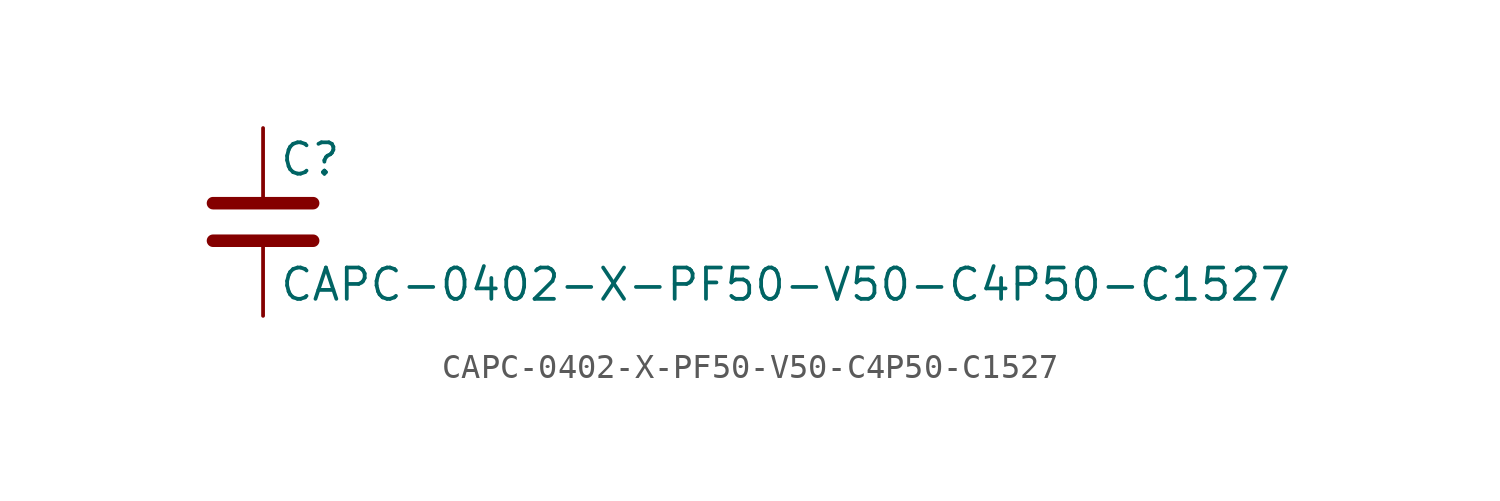
<source format=kicad_sym>
(kicad_symbol_lib
  (version 20211014)
  (generator kicad_symbol_editor)
  (symbol "CAPC-0402-X-PF50-V50-C4P50-C1527"
    (pin_numbers hide)
    (pin_names
      (offset 0.254))
    (property "Reference" "C"
      (at 0.635 2.54 0)
      (effects (font (size 1.27 1.27)) (justify left)))
    (property "Value" "CAPC-0402-X-PF50-V50-C4P50-C1527"
      (at 0.635 -2.54 0)
      (effects (font (size 1.27 1.27)) (justify left)))
    (symbol "CAPC-0402-X-PF50-V50-C4P50-C1527_0_1"
      (polyline (pts (xy -2.032 -0.762) (xy 2.032 -0.762)) (stroke (width 0.508) (type default) (color 0 0 0 0)) (fill (type none)))
      (polyline (pts (xy -2.032 0.762) (xy 2.032 0.762)) (stroke (width 0.508) (type default) (color 0 0 0 0)) (fill (type none))))
    (symbol "CAPC-0402-X-PF50-V50-C4P50-C1527_1_1"
      (pin passive line (at 0 3.81 270) (length 2.794) (name "~" (effects (font (size 1.27 1.27)))) (number "1" (effects (font (size 1.27 1.27)))))
      (pin passive line (at 0 -3.81 90) (length 2.794) (name "~" (effects (font (size 1.27 1.27)))) (number "2" (effects (font (size 1.27 1.27))))))))
</source>
